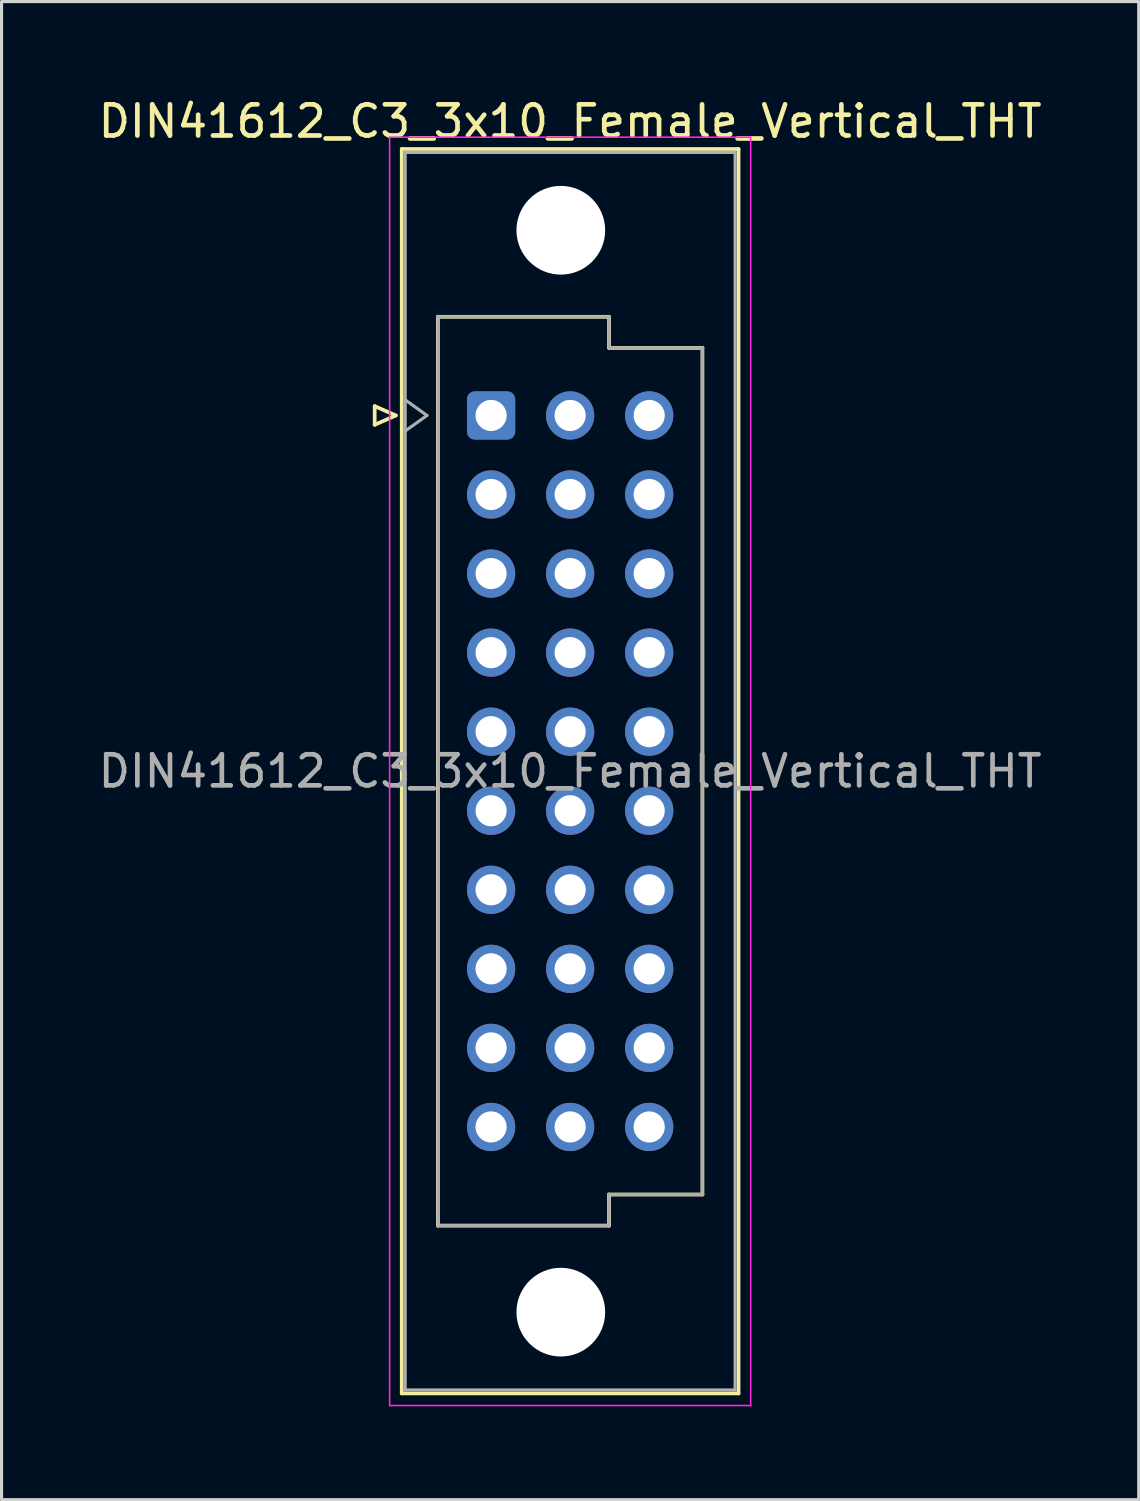
<source format=kicad_pcb>
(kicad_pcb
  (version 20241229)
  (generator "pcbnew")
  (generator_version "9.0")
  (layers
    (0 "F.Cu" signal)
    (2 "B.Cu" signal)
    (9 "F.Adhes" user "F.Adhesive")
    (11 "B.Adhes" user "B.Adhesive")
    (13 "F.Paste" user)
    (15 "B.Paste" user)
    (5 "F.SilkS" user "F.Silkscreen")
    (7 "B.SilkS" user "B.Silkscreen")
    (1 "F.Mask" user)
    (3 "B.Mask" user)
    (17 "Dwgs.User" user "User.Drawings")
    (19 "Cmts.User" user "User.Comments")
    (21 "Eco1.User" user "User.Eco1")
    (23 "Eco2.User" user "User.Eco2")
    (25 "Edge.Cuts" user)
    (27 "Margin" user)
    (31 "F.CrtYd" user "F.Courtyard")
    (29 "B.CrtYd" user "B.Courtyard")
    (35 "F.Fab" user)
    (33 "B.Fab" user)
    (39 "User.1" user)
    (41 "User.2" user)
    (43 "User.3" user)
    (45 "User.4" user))
  (footprint "DIN41612_C3_3x10_Female_Vertical_THT"
    (layer "F.Cu")
    (at 12.728 10.298)
    (property "Reference" "DIN41612_C3_3x10_Female_Vertical_THT" (at 2.54 -9.45 0) (layer "F.SilkS") (effects (font (size 1 1) (thickness 0.15))))
    (attr through_hole)
    (fp_line (start -3.74 -0.3) (end -3.74 0.3) (stroke (width 0.12) (type solid)) (layer "F.SilkS"))
    (fp_line (start -3.74 0.3) (end -3.06 0) (stroke (width 0.12) (type solid)) (layer "F.SilkS"))
    (fp_line (start -3.06 0) (end -3.74 -0.3) (stroke (width 0.12) (type solid)) (layer "F.SilkS"))
    (fp_line (start -2.87 -8.56) (end 7.95 -8.56) (stroke (width 0.12) (type solid)) (layer "F.SilkS"))
    (fp_line (start -2.87 31.42) (end -2.87 -8.56) (stroke (width 0.12) (type solid)) (layer "F.SilkS"))
    (fp_line (start -1.71 -3.17) (end 3.79 -3.17) (stroke (width 0.12) (type solid)) (layer "F.SilkS"))
    (fp_line (start -1.71 26.03) (end -1.71 -3.17) (stroke (width 0.12) (type solid)) (layer "F.SilkS"))
    (fp_line (start 3.79 -3.17) (end 3.79 -2.17) (stroke (width 0.12) (type solid)) (layer "F.SilkS"))
    (fp_line (start 3.79 -2.17) (end 6.79 -2.17) (stroke (width 0.12) (type solid)) (layer "F.SilkS"))
    (fp_line (start 3.79 25.03) (end 3.79 26.03) (stroke (width 0.12) (type solid)) (layer "F.SilkS"))
    (fp_line (start 3.79 26.03) (end -1.71 26.03) (stroke (width 0.12) (type solid)) (layer "F.SilkS"))
    (fp_line (start 6.79 -2.17) (end 6.79 25.03) (stroke (width 0.12) (type solid)) (layer "F.SilkS"))
    (fp_line (start 6.79 25.03) (end 3.79 25.03) (stroke (width 0.12) (type solid)) (layer "F.SilkS"))
    (fp_line (start 7.95 -8.56) (end 7.95 31.42) (stroke (width 0.12) (type solid)) (layer "F.SilkS"))
    (fp_line (start 7.95 31.42) (end -2.87 31.42) (stroke (width 0.12) (type solid)) (layer "F.SilkS"))
    (fp_line (start -3.26 -8.94) (end 8.34 -8.94) (stroke (width 0.05) (type solid)) (layer "F.CrtYd"))
    (fp_line (start -3.26 31.81) (end -3.26 -8.94) (stroke (width 0.05) (type solid)) (layer "F.CrtYd"))
    (fp_line (start 8.34 -8.94) (end 8.34 31.81) (stroke (width 0.05) (type solid)) (layer "F.CrtYd"))
    (fp_line (start 8.34 31.81) (end -3.26 31.81) (stroke (width 0.05) (type solid)) (layer "F.CrtYd"))
    (fp_line (start -2.76 -8.45) (end 7.84 -8.45) (stroke (width 0.1) (type solid)) (layer "F.Fab"))
    (fp_line (start -2.76 -0.5) (end -2.06 0) (stroke (width 0.1) (type solid)) (layer "F.Fab"))
    (fp_line (start -2.76 31.31) (end -2.76 -8.45) (stroke (width 0.1) (type solid)) (layer "F.Fab"))
    (fp_line (start -2.06 0) (end -2.76 0.5) (stroke (width 0.1) (type solid)) (layer "F.Fab"))
    (fp_line (start -1.71 -3.17) (end 3.79 -3.17) (stroke (width 0.1) (type solid)) (layer "F.Fab"))
    (fp_line (start -1.71 26.03) (end -1.71 -3.17) (stroke (width 0.1) (type solid)) (layer "F.Fab"))
    (fp_line (start 3.79 -3.17) (end 3.79 -2.17) (stroke (width 0.1) (type solid)) (layer "F.Fab"))
    (fp_line (start 3.79 -2.17) (end 6.79 -2.17) (stroke (width 0.1) (type solid)) (layer "F.Fab"))
    (fp_line (start 3.79 25.03) (end 3.79 26.03) (stroke (width 0.1) (type solid)) (layer "F.Fab"))
    (fp_line (start 3.79 26.03) (end -1.71 26.03) (stroke (width 0.1) (type solid)) (layer "F.Fab"))
    (fp_line (start 6.79 -2.17) (end 6.79 25.03) (stroke (width 0.1) (type solid)) (layer "F.Fab"))
    (fp_line (start 6.79 25.03) (end 3.79 25.03) (stroke (width 0.1) (type solid)) (layer "F.Fab"))
    (fp_line (start 7.84 -8.45) (end 7.84 31.31) (stroke (width 0.1) (type solid)) (layer "F.Fab"))
    (fp_line (start 7.84 31.31) (end -2.76 31.31) (stroke (width 0.1) (type solid)) (layer "F.Fab"))
    (fp_text user "${REFERENCE}" (at 2.54 11.43 0) (layer "F.Fab") (effects (font (size 1 1) (thickness 0.15))))
    (pad "" np_thru_hole circle (at 2.24 -5.95) (size 2.85 2.85) (drill 2.85) (layers "*.Cu" "*.Mask"))
    (pad "" np_thru_hole circle (at 2.24 28.81) (size 2.85 2.85) (drill 2.85) (layers "*.Cu" "*.Mask"))
    (pad "a1" thru_hole roundrect (at 0 0) (size 1.55 1.55) (drill 1) (layers "*.Cu" "*.Mask") (roundrect_rratio 0.161))
    (pad "a2" thru_hole circle (at 0 2.54) (size 1.55 1.55) (drill 1) (layers "*.Cu" "*.Mask"))
    (pad "a3" thru_hole circle (at 0 5.08) (size 1.55 1.55) (drill 1) (layers "*.Cu" "*.Mask"))
    (pad "a4" thru_hole circle (at 0 7.62) (size 1.55 1.55) (drill 1) (layers "*.Cu" "*.Mask"))
    (pad "a5" thru_hole circle (at 0 10.16) (size 1.55 1.55) (drill 1) (layers "*.Cu" "*.Mask"))
    (pad "a6" thru_hole circle (at 0 12.7) (size 1.55 1.55) (drill 1) (layers "*.Cu" "*.Mask"))
    (pad "a7" thru_hole circle (at 0 15.24) (size 1.55 1.55) (drill 1) (layers "*.Cu" "*.Mask"))
    (pad "a8" thru_hole circle (at 0 17.78) (size 1.55 1.55) (drill 1) (layers "*.Cu" "*.Mask"))
    (pad "a9" thru_hole circle (at 0 20.32) (size 1.55 1.55) (drill 1) (layers "*.Cu" "*.Mask"))
    (pad "a10" thru_hole circle (at 0 22.86) (size 1.55 1.55) (drill 1) (layers "*.Cu" "*.Mask"))
    (pad "b1" thru_hole circle (at 2.54 0) (size 1.55 1.55) (drill 1) (layers "*.Cu" "*.Mask"))
    (pad "b2" thru_hole circle (at 2.54 2.54) (size 1.55 1.55) (drill 1) (layers "*.Cu" "*.Mask"))
    (pad "b3" thru_hole circle (at 2.54 5.08) (size 1.55 1.55) (drill 1) (layers "*.Cu" "*.Mask"))
    (pad "b4" thru_hole circle (at 2.54 7.62) (size 1.55 1.55) (drill 1) (layers "*.Cu" "*.Mask"))
    (pad "b5" thru_hole circle (at 2.54 10.16) (size 1.55 1.55) (drill 1) (layers "*.Cu" "*.Mask"))
    (pad "b6" thru_hole circle (at 2.54 12.7) (size 1.55 1.55) (drill 1) (layers "*.Cu" "*.Mask"))
    (pad "b7" thru_hole circle (at 2.54 15.24) (size 1.55 1.55) (drill 1) (layers "*.Cu" "*.Mask"))
    (pad "b8" thru_hole circle (at 2.54 17.78) (size 1.55 1.55) (drill 1) (layers "*.Cu" "*.Mask"))
    (pad "b9" thru_hole circle (at 2.54 20.32) (size 1.55 1.55) (drill 1) (layers "*.Cu" "*.Mask"))
    (pad "b10" thru_hole circle (at 2.54 22.86) (size 1.55 1.55) (drill 1) (layers "*.Cu" "*.Mask"))
    (pad "c1" thru_hole circle (at 5.08 0) (size 1.55 1.55) (drill 1) (layers "*.Cu" "*.Mask"))
    (pad "c2" thru_hole circle (at 5.08 2.54) (size 1.55 1.55) (drill 1) (layers "*.Cu" "*.Mask"))
    (pad "c3" thru_hole circle (at 5.08 5.08) (size 1.55 1.55) (drill 1) (layers "*.Cu" "*.Mask"))
    (pad "c4" thru_hole circle (at 5.08 7.62) (size 1.55 1.55) (drill 1) (layers "*.Cu" "*.Mask"))
    (pad "c5" thru_hole circle (at 5.08 10.16) (size 1.55 1.55) (drill 1) (layers "*.Cu" "*.Mask"))
    (pad "c6" thru_hole circle (at 5.08 12.7) (size 1.55 1.55) (drill 1) (layers "*.Cu" "*.Mask"))
    (pad "c7" thru_hole circle (at 5.08 15.24) (size 1.55 1.55) (drill 1) (layers "*.Cu" "*.Mask"))
    (pad "c8" thru_hole circle (at 5.08 17.78) (size 1.55 1.55) (drill 1) (layers "*.Cu" "*.Mask"))
    (pad "c9" thru_hole circle (at 5.08 20.32) (size 1.55 1.55) (drill 1) (layers "*.Cu" "*.Mask"))
    (pad "c10" thru_hole circle (at 5.08 22.86) (size 1.55 1.55) (drill 1) (layers "*.Cu" "*.Mask")))
  (gr_rect
    (start -3 -3)
    (end 33.536 45.133)
    (stroke (width 0.1) (type default))
    (fill no)
    (layer "Edge.Cuts")))
</source>
